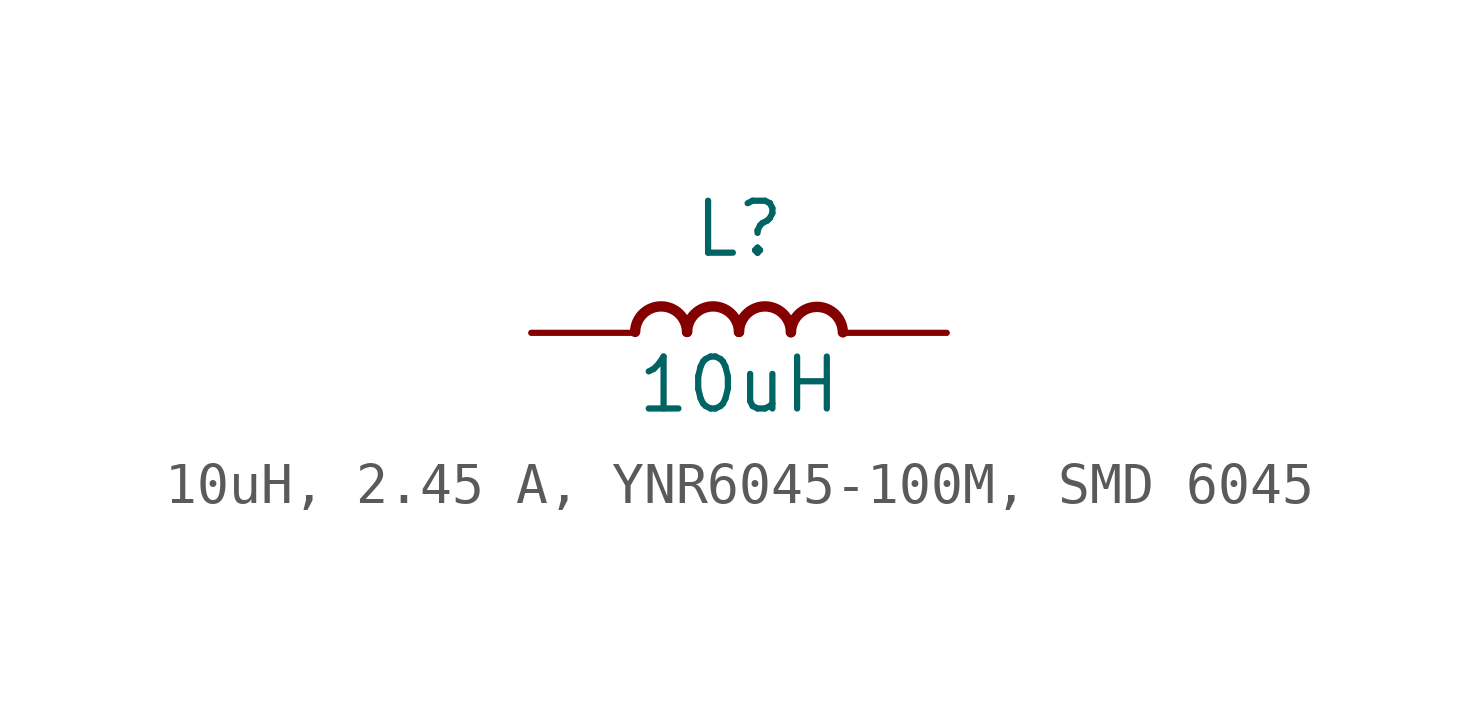
<source format=kicad_sym>
(kicad_symbol_lib
  (version 20231120)
  (generator "kicad_symbol_editor")
  (generator_version "8.0")
  (symbol "10uH, 2.45 A, YNR6045-100M, SMD 6045"
    (pin_numbers hide)
    (pin_names
      (offset 0) hide)
    (property "Reference" "L"
      (at 0 2.54 0)
      (effects (font (size 1.27 1.27))))
    (property "Value" "10uH"
      (at 0 -1.27 0)
      (effects (font (size 1.27 1.27))))
    (symbol "10uH, 2.45 A, YNR6045-100M, SMD 6045_1_1"
      (arc (start -1.27 0.0226) (mid -1.905 0.6464) (end -2.54 0.0226) (stroke (width 0.254) (type default)) (fill (type none)))
      (arc (start 0 0.0226) (mid -0.635 0.6464) (end -1.27 0.0226) (stroke (width 0.254) (type default)) (fill (type none)))
      (arc (start 1.27 0.0226) (mid 0.635 0.6464) (end 0 0.0226) (stroke (width 0.254) (type default)) (fill (type none)))
      (arc (start 2.54 0.0113) (mid 1.905 0.6351) (end 1.27 0.0113) (stroke (width 0.254) (type default)) (fill (type none)))
      (pin passive line (at -5.08 0 0) (length 2.54) (name "1" (effects (font (size 1.27 1.27)))) (number "1" (effects (font (size 1.27 1.27)))))
      (pin passive line (at 5.08 0 180) (length 2.54) (name "2" (effects (font (size 1.27 1.27)))) (number "2" (effects (font (size 1.27 1.27))))))))
</source>
